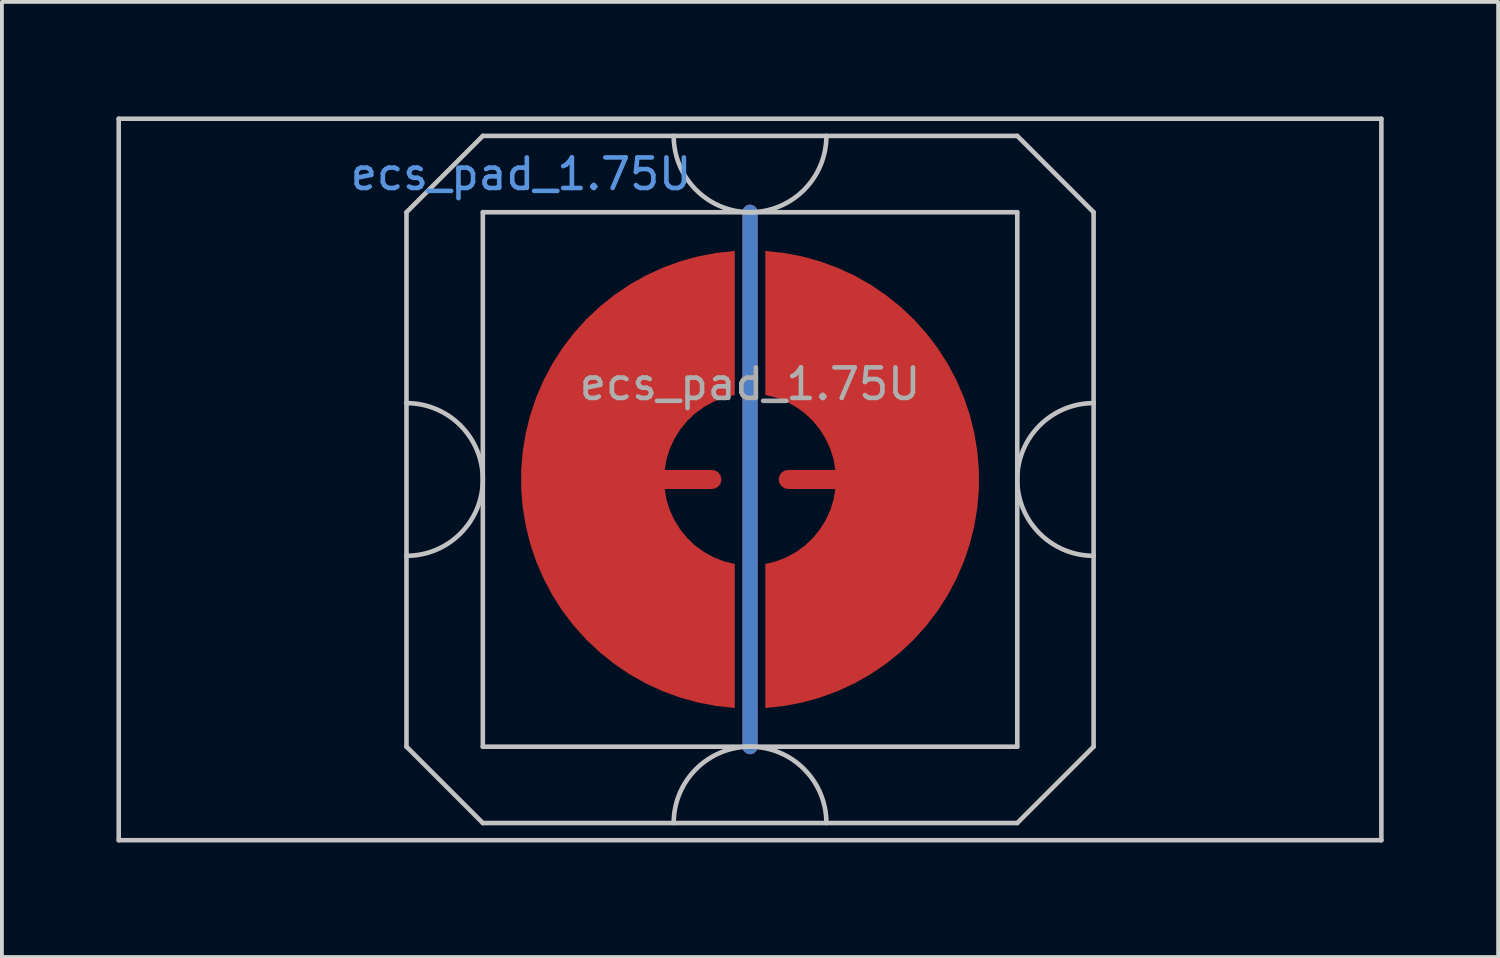
<source format=kicad_pcb>
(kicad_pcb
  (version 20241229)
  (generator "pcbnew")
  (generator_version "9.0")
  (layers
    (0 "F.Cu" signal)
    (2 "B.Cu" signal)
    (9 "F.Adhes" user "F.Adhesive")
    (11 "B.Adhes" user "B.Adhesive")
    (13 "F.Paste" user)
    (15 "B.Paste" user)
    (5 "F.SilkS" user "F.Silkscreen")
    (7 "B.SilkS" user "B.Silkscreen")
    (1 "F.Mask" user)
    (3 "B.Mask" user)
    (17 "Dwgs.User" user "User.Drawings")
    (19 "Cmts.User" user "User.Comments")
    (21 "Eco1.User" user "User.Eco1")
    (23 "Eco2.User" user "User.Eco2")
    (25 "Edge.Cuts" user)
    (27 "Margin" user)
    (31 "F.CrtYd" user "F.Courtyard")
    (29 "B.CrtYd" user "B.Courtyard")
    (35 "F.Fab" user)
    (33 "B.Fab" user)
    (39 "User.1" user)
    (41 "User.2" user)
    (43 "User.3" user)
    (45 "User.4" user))
  (footprint "ecs_pad_1.75U"
    (layer "F.Cu")
    (at 16.598 9.51)
    (property "Reference" "ecs_pad_1.75U" (at -6 -8 0) (layer "Cmts.User") (effects (font (size 0.8 0.8) (thickness 0.12))))
    (attr smd)
    (fp_line (start -16.538 -9.45) (end 16.538 -9.45) (stroke (width 0.12) (type solid)) (layer "Dwgs.User"))
    (fp_line (start -16.538 9.45) (end -16.538 -9.45) (stroke (width 0.12) (type solid)) (layer "Dwgs.User"))
    (fp_line (start -9 -7) (end -9 -2) (stroke (width 0.12) (type solid)) (layer "Dwgs.User"))
    (fp_line (start -9 -2) (end -9 2) (stroke (width 0.12) (type solid)) (layer "Dwgs.User"))
    (fp_line (start -9 2) (end -9 7) (stroke (width 0.12) (type solid)) (layer "Dwgs.User"))
    (fp_line (start -9 7) (end -7 9) (stroke (width 0.12) (type solid)) (layer "Dwgs.User"))
    (fp_line (start -7 -9) (end -9 -7) (stroke (width 0.12) (type solid)) (layer "Dwgs.User"))
    (fp_line (start -7 -7) (end -7 7) (stroke (width 0.12) (type solid)) (layer "Dwgs.User"))
    (fp_line (start -7 7) (end 7 7) (stroke (width 0.12) (type solid)) (layer "Dwgs.User"))
    (fp_line (start -7 9) (end 7 9) (stroke (width 0.12) (type solid)) (layer "Dwgs.User"))
    (fp_line (start 7 -9) (end -7 -9) (stroke (width 0.12) (type solid)) (layer "Dwgs.User"))
    (fp_line (start 7 -9) (end 9 -7) (stroke (width 0.12) (type solid)) (layer "Dwgs.User"))
    (fp_line (start 7 -7) (end -7 -7) (stroke (width 0.12) (type solid)) (layer "Dwgs.User"))
    (fp_line (start 7 7) (end 7 -7) (stroke (width 0.12) (type solid)) (layer "Dwgs.User"))
    (fp_line (start 7 9) (end 9 7) (stroke (width 0.12) (type solid)) (layer "Dwgs.User"))
    (fp_line (start 9 -2) (end 9 -7) (stroke (width 0.12) (type solid)) (layer "Dwgs.User"))
    (fp_line (start 9 -2) (end 9 2) (stroke (width 0.12) (type solid)) (layer "Dwgs.User"))
    (fp_line (start 9 7) (end 9 2) (stroke (width 0.12) (type solid)) (layer "Dwgs.User"))
    (fp_line (start 16.538 -9.45) (end 16.538 9.45) (stroke (width 0.12) (type solid)) (layer "Dwgs.User"))
    (fp_line (start 16.538 9.45) (end -16.538 9.45) (stroke (width 0.12) (type solid)) (layer "Dwgs.User"))
    (fp_arc (start -9 -2) (mid -7 0) (end -9 2) (stroke (width 0.12) (type solid)) (layer "Dwgs.User"))
    (fp_arc (start -2 9) (mid 0 7) (end 2 9) (stroke (width 0.12) (type solid)) (layer "Dwgs.User"))
    (fp_arc (start 2 -9) (mid 0 -7) (end -2 -9) (stroke (width 0.12) (type solid)) (layer "Dwgs.User"))
    (fp_arc (start 9 2) (mid 7 0) (end 9 -2) (stroke (width 0.12) (type solid)) (layer "Dwgs.User"))
    (fp_circle (center 0 0) (end 6.553 0) (stroke (width 0.12) (type solid)) (fill no) (layer "User.3"))
    (fp_text user "${REFERENCE}" (at 0 -2.5 0) (layer "F.Fab") (effects (font (size 0.8 0.8) (thickness 0.12))))
    (pad "1" smd custom (at -1 0) (size 0.4 0.4) (layers "F.Cu") (options (anchor circle)) (primitives (gr_poly (pts (xy 0.6 -2.214) (xy 0.32 -2.145) (xy 0.052 -2.041) (xy -0.201 -1.903) (xy -0.434 -1.734) (xy -0.644 -1.536) (xy -0.826 -1.314) (xy -0.979 -1.07) (xy -1.1 -0.808) (xy -1.186 -0.534) (xy -1.236 -0.25) (xy 0 -0.25) (xy 0.096 -0.231) (xy 0.177 -0.177) (xy 0.231 -0.096) (xy 0.25 0) (xy 0.231 0.096) (xy 0.177 0.177) (xy 0.096 0.231) (xy 0 0.25) (xy -1.236 0.25) (xy -1.186 0.534) (xy -1.1 0.808) (xy -0.979 1.07) (xy -0.826 1.314) (xy -0.644 1.536) (xy -0.434 1.734) (xy -0.201 1.903) (xy 0.052 2.041) (xy 0.32 2.145) (xy 0.6 2.214) (xy 0.6 5.987) (xy 0.115 5.934) (xy -0.364 5.843) (xy -0.834 5.713) (xy -1.292 5.545) (xy -1.735 5.341) (xy -2.159 5.101) (xy -2.563 4.827) (xy -2.943 4.522) (xy -3.298 4.187) (xy -3.623 3.824) (xy -3.919 3.436) (xy -4.182 3.025) (xy -4.41 2.594) (xy -4.603 2.147) (xy -4.759 1.684) (xy -4.876 1.211) (xy -4.955 0.73) (xy -4.995 0.244) (xy -4.995 -0.244) (xy -4.955 -0.73) (xy -4.876 -1.211) (xy -4.759 -1.684) (xy -4.603 -2.147) (xy -4.41 -2.594) (xy -4.182 -3.025) (xy -3.919 -3.436) (xy -3.623 -3.824) (xy -3.298 -4.187) (xy -2.943 -4.522) (xy -2.563 -4.827) (xy -2.159 -5.101) (xy -1.735 -5.341) (xy -1.292 -5.545) (xy -0.834 -5.713) (xy -0.364 -5.843) (xy 0.115 -5.934) (xy 0.6 -5.987)) (width 0) (fill yes))))
    (pad "2" smd custom (at 1 0 180) (size 0.4 0.4) (layers "F.Cu") (options (anchor circle)) (primitives (gr_poly (pts (xy 0.6 -2.214) (xy 0.32 -2.145) (xy 0.052 -2.041) (xy -0.201 -1.903) (xy -0.434 -1.734) (xy -0.644 -1.536) (xy -0.826 -1.314) (xy -0.979 -1.07) (xy -1.1 -0.808) (xy -1.186 -0.534) (xy -1.236 -0.25) (xy 0 -0.25) (xy 0.096 -0.231) (xy 0.177 -0.177) (xy 0.231 -0.096) (xy 0.25 0) (xy 0.231 0.096) (xy 0.177 0.177) (xy 0.096 0.231) (xy 0 0.25) (xy -1.236 0.25) (xy -1.186 0.534) (xy -1.1 0.808) (xy -0.979 1.07) (xy -0.826 1.314) (xy -0.644 1.536) (xy -0.434 1.734) (xy -0.201 1.903) (xy 0.052 2.041) (xy 0.32 2.145) (xy 0.6 2.214) (xy 0.6 5.987) (xy 0.115 5.934) (xy -0.364 5.843) (xy -0.834 5.713) (xy -1.292 5.545) (xy -1.735 5.341) (xy -2.159 5.101) (xy -2.563 4.827) (xy -2.943 4.522) (xy -3.298 4.187) (xy -3.623 3.824) (xy -3.919 3.436) (xy -4.182 3.025) (xy -4.41 2.594) (xy -4.603 2.147) (xy -4.759 1.684) (xy -4.876 1.211) (xy -4.955 0.73) (xy -4.995 0.244) (xy -4.995 -0.244) (xy -4.955 -0.73) (xy -4.876 -1.211) (xy -4.759 -1.684) (xy -4.603 -2.147) (xy -4.41 -2.594) (xy -4.182 -3.025) (xy -3.919 -3.436) (xy -3.623 -3.824) (xy -3.298 -4.187) (xy -2.943 -4.522) (xy -2.563 -4.827) (xy -2.159 -5.101) (xy -1.735 -5.341) (xy -1.292 -5.545) (xy -0.834 -5.713) (xy -0.364 -5.843) (xy 0.115 -5.934) (xy 0.6 -5.987)) (width 0) (fill yes))))
    (pad "3" smd custom (at 0 -7) (size 0.4 0.4) (layers "F.Cu") (options (anchor circle)) (primitives (gr_line (start 0 0) (end 0 14) (width 0.4))))
    (pad "3" smd custom (at 0 -7) (size 0.4 0.4) (layers "B.Cu") (options (anchor circle)) (primitives (gr_line (start 0 0) (end 0 14) (width 0.4))))
    (zone (net_name "") (layer "B.Cu") (hatch edge 0.508) (connect_pads) (min_thickness 0.254) (filled_areas_thickness no) (keepout (tracks allowed) (vias allowed) (pads allowed) (copperpour not_allowed) (footprints allowed)) (placement (enabled no)) (fill) (polygon (pts (xy 23.156 9.51) (xy 23.136 8.995) (xy 23.075 8.484) (xy 22.975 7.979) (xy 22.835 7.483) (xy 22.657 7) (xy 22.441 6.533) (xy 22.189 6.083) (xy 21.903 5.655) (xy 21.584 5.251) (xy 21.235 4.873) (xy 20.857 4.523) (xy 20.452 4.204) (xy 20.024 3.918) (xy 19.575 3.667) (xy 19.107 3.451) (xy 18.624 3.273) (xy 18.128 3.133) (xy 17.623 3.032) (xy 17.112 2.972) (xy 16.598 2.952) (xy 16.083 2.972) (xy 15.572 3.032) (xy 15.067 3.133) (xy 14.571 3.273) (xy 14.088 3.451) (xy 13.62 3.667) (xy 13.171 3.918) (xy 12.743 4.204) (xy 12.338 4.523) (xy 11.96 4.873) (xy 11.611 5.251) (xy 11.292 5.655) (xy 11.006 6.083) (xy 10.754 6.533) (xy 10.538 7) (xy 10.36 7.483) (xy 10.22 7.979) (xy 10.12 8.484) (xy 10.059 8.995) (xy 10.039 9.51) (xy 10.059 10.025) (xy 10.12 10.536) (xy 10.22 11.041) (xy 10.36 11.537) (xy 10.538 12.02) (xy 10.754 12.487) (xy 11.006 12.937) (xy 11.292 13.365) (xy 11.611 13.769) (xy 11.96 14.147) (xy 12.338 14.497) (xy 12.743 14.816) (xy 13.171 15.102) (xy 13.62 15.353) (xy 14.088 15.569) (xy 14.571 15.747) (xy 15.067 15.887) (xy 15.572 15.988) (xy 16.083 16.048) (xy 16.598 16.068) (xy 17.112 16.048) (xy 17.623 15.988) (xy 18.128 15.887) (xy 18.624 15.747) (xy 19.107 15.569) (xy 19.575 15.353) (xy 20.024 15.102) (xy 20.452 14.816) (xy 20.857 14.497) (xy 21.235 14.147) (xy 21.584 13.769) (xy 21.903 13.365) (xy 22.189 12.937) (xy 22.441 12.487) (xy 22.657 12.02) (xy 22.835 11.537) (xy 22.975 11.041) (xy 23.075 10.536) (xy 23.136 10.025)))))
  (gr_rect
    (start -3 -3)
    (end 36.195 22.02)
    (stroke (width 0.1) (type default))
    (fill no)
    (layer "Edge.Cuts")))
</source>
